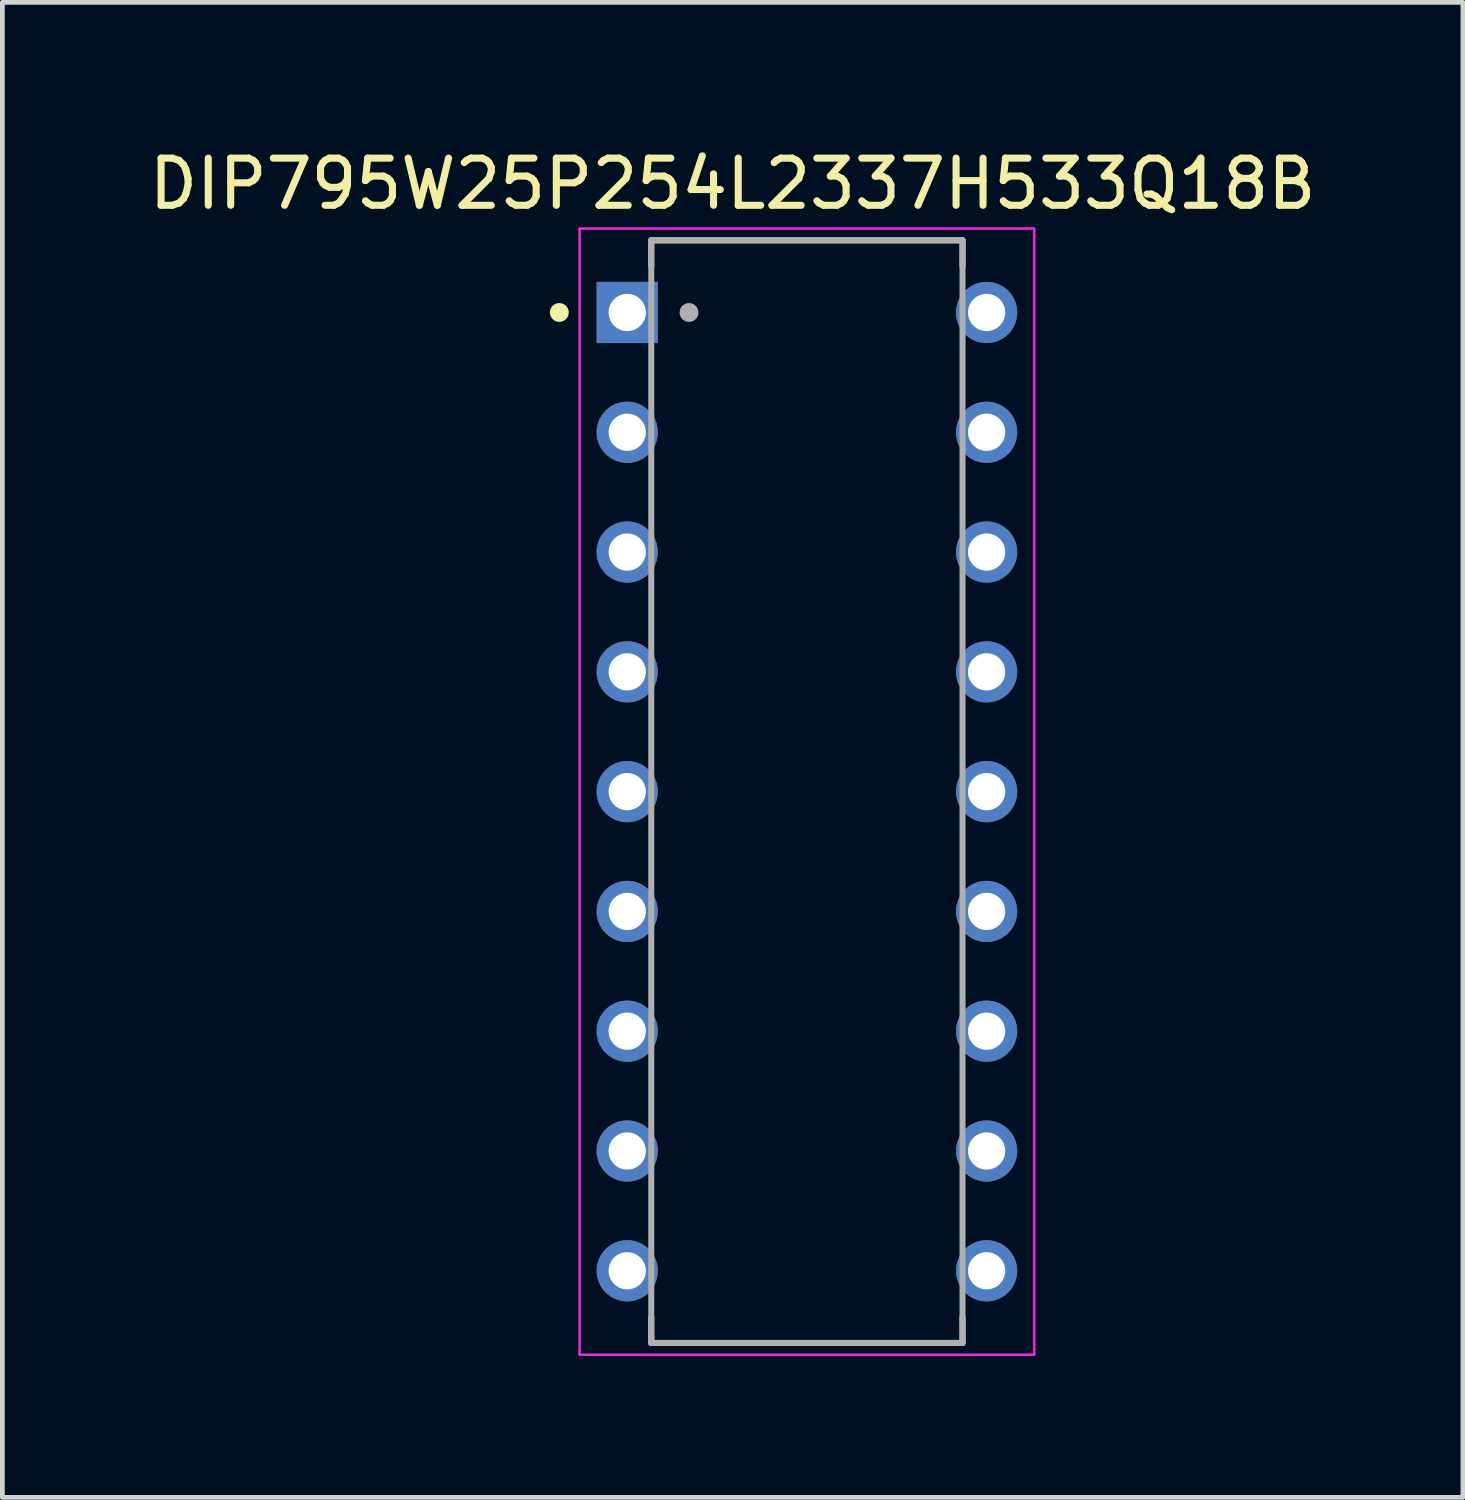
<source format=kicad_pcb>
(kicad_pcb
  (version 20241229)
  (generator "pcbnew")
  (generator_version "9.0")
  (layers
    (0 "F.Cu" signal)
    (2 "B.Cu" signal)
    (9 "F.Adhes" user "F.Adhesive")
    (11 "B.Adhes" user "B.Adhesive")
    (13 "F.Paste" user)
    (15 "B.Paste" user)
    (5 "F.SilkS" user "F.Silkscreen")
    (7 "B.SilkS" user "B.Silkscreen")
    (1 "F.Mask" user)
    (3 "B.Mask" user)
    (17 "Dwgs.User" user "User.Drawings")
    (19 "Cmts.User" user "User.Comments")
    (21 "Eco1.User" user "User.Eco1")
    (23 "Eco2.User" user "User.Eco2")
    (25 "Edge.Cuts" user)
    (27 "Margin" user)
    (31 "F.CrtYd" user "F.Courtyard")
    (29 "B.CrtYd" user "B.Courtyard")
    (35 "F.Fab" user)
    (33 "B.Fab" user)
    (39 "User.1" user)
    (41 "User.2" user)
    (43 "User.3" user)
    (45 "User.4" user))
  (footprint "DIP795W25P254L2337H533Q18B"
    (layer "F.Cu")
    (at 14.06 13.736)
    (property "Reference" "DIP795W25P254L2337H533Q18B" (at -1.575 -12.888 0) (layer "F.SilkS") (effects (font (size 1 1) (thickness 0.15))))
    (attr through_hole)
    (fp_line (start -3.3 -11.69) (end -3.3 -11.14) (stroke (width 0.127) (type solid)) (layer "F.SilkS"))
    (fp_line (start -3.3 -11.69) (end 3.3 -11.69) (stroke (width 0.127) (type solid)) (layer "F.SilkS"))
    (fp_line (start -3.3 11.69) (end -3.3 11.14) (stroke (width 0.127) (type solid)) (layer "F.SilkS"))
    (fp_line (start 3.3 -11.69) (end 3.3 -11.14) (stroke (width 0.127) (type solid)) (layer "F.SilkS"))
    (fp_line (start 3.3 11.69) (end -3.3 11.69) (stroke (width 0.127) (type solid)) (layer "F.SilkS"))
    (fp_line (start 3.3 11.69) (end 3.3 11.14) (stroke (width 0.127) (type solid)) (layer "F.SilkS"))
    (fp_circle (center -5.25 -10.16) (end -5.15 -10.16) (stroke (width 0.2) (type solid)) (fill no) (layer "F.SilkS"))
    (fp_line (start -4.82 -11.94) (end 4.82 -11.94) (stroke (width 0.05) (type solid)) (layer "F.CrtYd"))
    (fp_line (start -4.82 11.94) (end -4.82 -11.94) (stroke (width 0.05) (type solid)) (layer "F.CrtYd"))
    (fp_line (start 4.82 -11.94) (end 4.82 11.94) (stroke (width 0.05) (type solid)) (layer "F.CrtYd"))
    (fp_line (start 4.82 11.94) (end -4.82 11.94) (stroke (width 0.05) (type solid)) (layer "F.CrtYd"))
    (fp_line (start -3.3 -11.69) (end 3.3 -11.69) (stroke (width 0.127) (type solid)) (layer "F.Fab"))
    (fp_line (start -3.3 11.69) (end -3.3 -11.69) (stroke (width 0.127) (type solid)) (layer "F.Fab"))
    (fp_line (start 3.3 -11.69) (end 3.3 11.69) (stroke (width 0.127) (type solid)) (layer "F.Fab"))
    (fp_line (start 3.3 11.69) (end -3.3 11.69) (stroke (width 0.127) (type solid)) (layer "F.Fab"))
    (fp_circle (center -2.5 -10.16) (end -2.4 -10.16) (stroke (width 0.2) (type solid)) (fill no) (layer "F.Fab"))
    (pad "1" thru_hole rect (at -3.81 -10.16) (size 1.298 1.298) (drill 0.79) (layers "*.Cu" "*.Mask"))
    (pad "2" thru_hole circle (at -3.81 -7.62) (size 1.298 1.298) (drill 0.79) (layers "*.Cu" "*.Mask"))
    (pad "3" thru_hole circle (at -3.81 -5.08) (size 1.298 1.298) (drill 0.79) (layers "*.Cu" "*.Mask"))
    (pad "4" thru_hole circle (at -3.81 -2.54) (size 1.298 1.298) (drill 0.79) (layers "*.Cu" "*.Mask"))
    (pad "5" thru_hole circle (at -3.81 0) (size 1.298 1.298) (drill 0.79) (layers "*.Cu" "*.Mask"))
    (pad "6" thru_hole circle (at -3.81 2.54) (size 1.298 1.298) (drill 0.79) (layers "*.Cu" "*.Mask"))
    (pad "7" thru_hole circle (at -3.81 5.08) (size 1.298 1.298) (drill 0.79) (layers "*.Cu" "*.Mask"))
    (pad "8" thru_hole circle (at -3.81 7.62) (size 1.298 1.298) (drill 0.79) (layers "*.Cu" "*.Mask"))
    (pad "9" thru_hole circle (at -3.81 10.16) (size 1.298 1.298) (drill 0.79) (layers "*.Cu" "*.Mask"))
    (pad "10" thru_hole circle (at 3.81 10.16) (size 1.298 1.298) (drill 0.79) (layers "*.Cu" "*.Mask"))
    (pad "11" thru_hole circle (at 3.81 7.62) (size 1.298 1.298) (drill 0.79) (layers "*.Cu" "*.Mask"))
    (pad "12" thru_hole circle (at 3.81 5.08) (size 1.298 1.298) (drill 0.79) (layers "*.Cu" "*.Mask"))
    (pad "13" thru_hole circle (at 3.81 2.54) (size 1.298 1.298) (drill 0.79) (layers "*.Cu" "*.Mask"))
    (pad "14" thru_hole circle (at 3.81 0) (size 1.298 1.298) (drill 0.79) (layers "*.Cu" "*.Mask"))
    (pad "15" thru_hole circle (at 3.81 -2.54) (size 1.298 1.298) (drill 0.79) (layers "*.Cu" "*.Mask"))
    (pad "16" thru_hole circle (at 3.81 -5.08) (size 1.298 1.298) (drill 0.79) (layers "*.Cu" "*.Mask"))
    (pad "17" thru_hole circle (at 3.81 -7.62) (size 1.298 1.298) (drill 0.79) (layers "*.Cu" "*.Mask"))
    (pad "18" thru_hole circle (at 3.81 -10.16) (size 1.298 1.298) (drill 0.79) (layers "*.Cu" "*.Mask")))
  (gr_rect
    (start -3 -3)
    (end 27.97 28.701)
    (stroke (width 0.1) (type default))
    (fill no)
    (layer "Edge.Cuts")))
</source>
